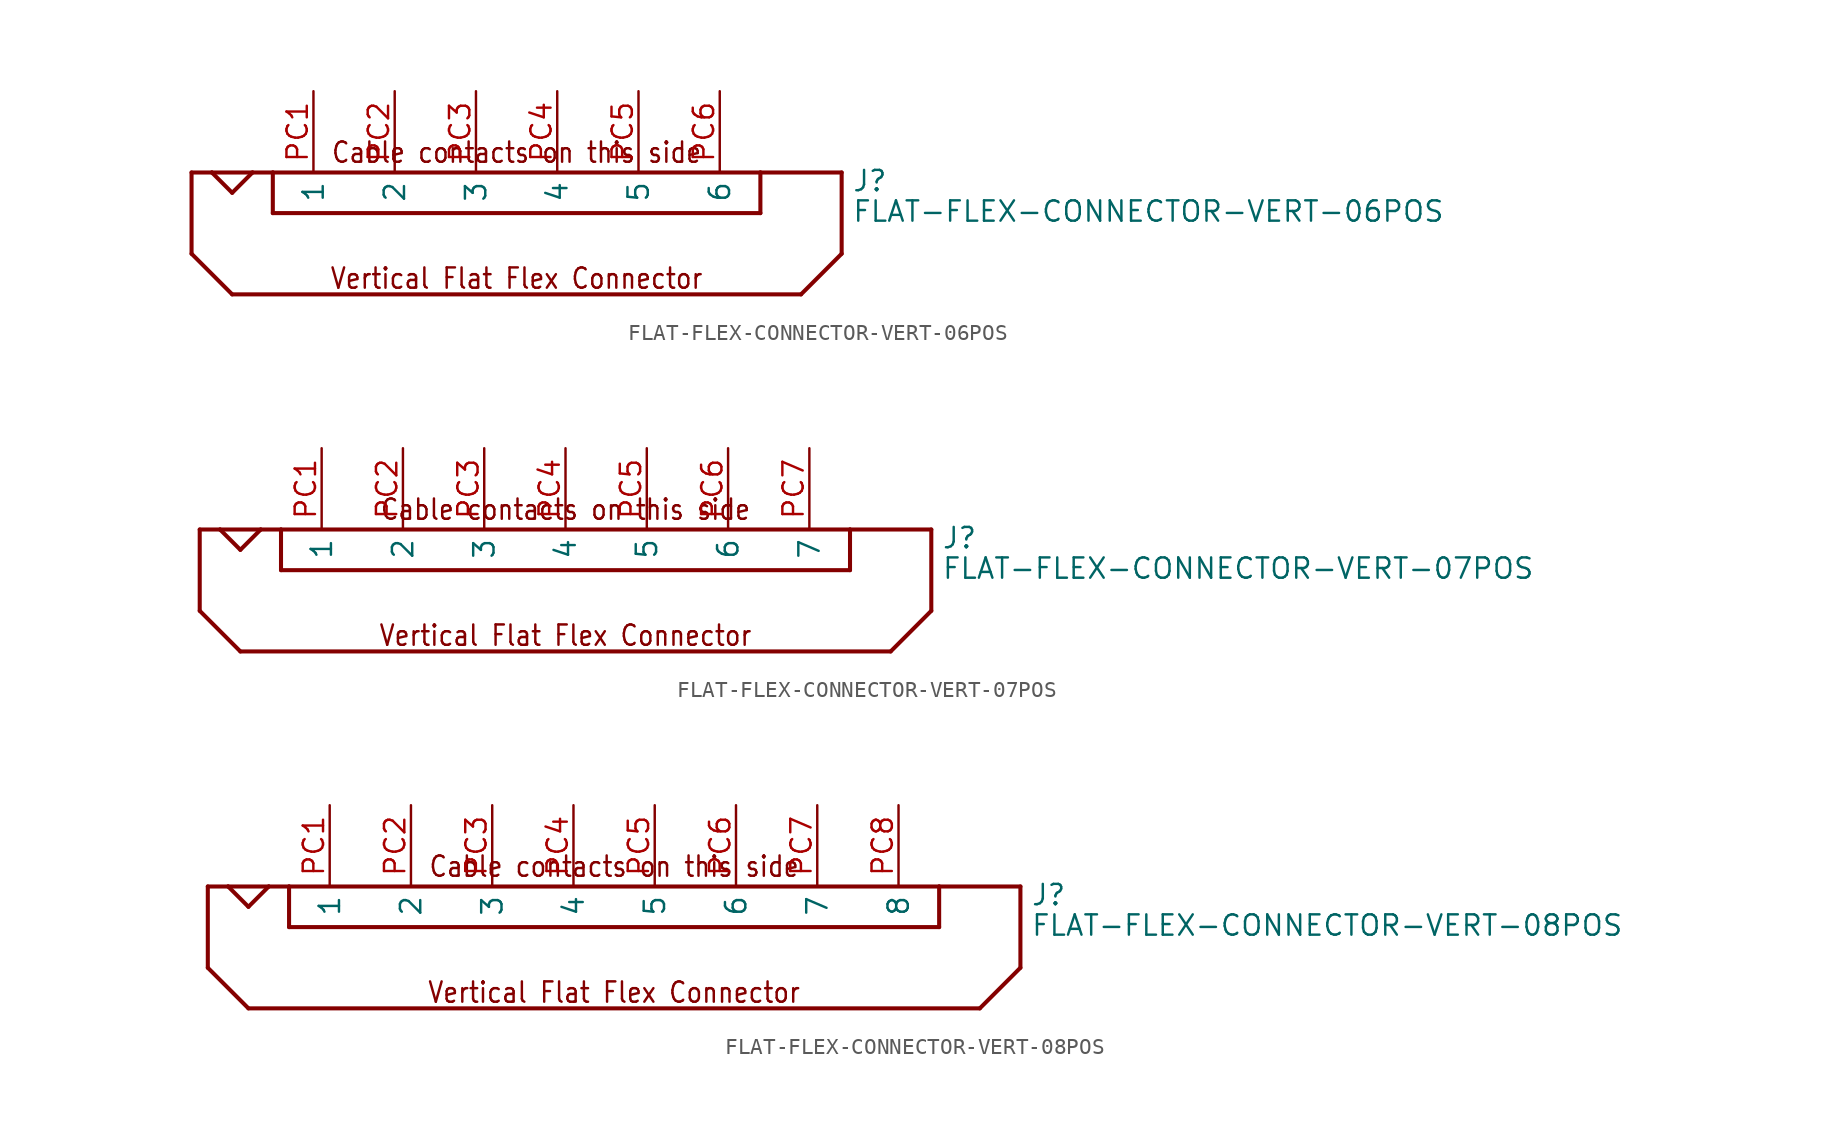
<source format=kicad_sym>
(kicad_symbol_lib
  (version 20211014)
  (generator kicad_symbol_editor)
  (symbol "FLAT-FLEX-CONNECTOR-VERT-06POS"
    (pin_names)
    (property "Reference" "J"
      (at 20.955 1.27 0)
      (effects (font (size 1.27 1.27)) (justify left bottom)))
    (property "Value" "FLAT-FLEX-CONNECTOR-VERT-06POS"
      (at 20.955 -0.635 0)
      (effects (font (size 1.27 1.27)) (justify left bottom)))
    (property "Datasheet" ""
      (at 0 0 0))
    (property "ki_description" "FLAT-FLEX-CONNECTOR-VERT-06POS  - Flat Flex Connector 6 position Vertical Technical Specifications: Number of Positions: 6 Contact: One Side Mount: Vertical "
      (at 0 0 0))
    (property "ki_fp_filters" "FlashPCB_Connectors:FLAT-FLEX-CONNECTOR-MOLEX-52610-VERT-06POS"
      (at 0 0 0))
    (symbol "FLAT-FLEX-CONNECTOR-VERT-06POS_1_1"
      (text "Cable contacts on this side" (at 0 3.048 0) (effects (font (size 1.27 1.086)) (justify bottom)))
      (text "Vertical Flat Flex Connector" (at 0 -4.826 0) (effects (font (size 1.27 1.086)) (justify bottom)))
      (polyline (pts (xy -20.32 2.54) (xy -20.32 -2.54)) (stroke (width 0.254)) (fill (type none)))
      (polyline (pts (xy -20.32 -2.54) (xy -17.78 -5.08)) (stroke (width 0.254)) (fill (type none)))
      (polyline (pts (xy -17.78 -5.08) (xy 17.78 -5.08)) (stroke (width 0.254)) (fill (type none)))
      (polyline (pts (xy 17.78 -5.08) (xy 20.32 -2.54)) (stroke (width 0.254)) (fill (type none)))
      (polyline (pts (xy 20.32 -2.54) (xy 20.32 2.54)) (stroke (width 0.254)) (fill (type none)))
      (polyline (pts (xy 20.32 2.54) (xy 15.24 2.54)) (stroke (width 0.254)) (fill (type none)))
      (polyline (pts (xy 15.24 2.54) (xy 15.24 0)) (stroke (width 0.254)) (fill (type none)))
      (polyline (pts (xy 15.24 0) (xy -15.24 0)) (stroke (width 0.254)) (fill (type none)))
      (polyline (pts (xy -15.24 0) (xy -15.24 2.54)) (stroke (width 0.254)) (fill (type none)))
      (polyline (pts (xy -15.24 2.54) (xy -16.51 2.54)) (stroke (width 0.254)) (fill (type none)))
      (polyline (pts (xy -16.51 2.54) (xy -19.05 2.54)) (stroke (width 0.254)) (fill (type none)))
      (polyline (pts (xy -19.05 2.54) (xy -20.32 2.54)) (stroke (width 0.254)) (fill (type none)))
      (polyline (pts (xy -15.24 2.54) (xy 15.24 2.54)) (stroke (width 0.254)) (fill (type none)))
      (polyline (pts (xy -19.05 2.54) (xy -17.78 1.27)) (stroke (width 0.254)) (fill (type none)))
      (polyline (pts (xy -17.78 1.27) (xy -16.51 2.54)) (stroke (width 0.254)) (fill (type none)))
      (pin bidirectional line (at -12.7 7.62 270) (length 5.08) (name "1" (effects (font (size 1.27 1.27)))) (number "PC1" (effects (font (size 1.27 1.27)))))
      (pin bidirectional line (at -12.7 7.62 270) (length 5.08) hide (name "1" (effects (font (size 1.27 1.27)))) (number "PS1" (effects (font (size 1.27 1.27)))))
      (pin bidirectional line (at -7.62 7.62 270) (length 5.08) (name "2" (effects (font (size 1.27 1.27)))) (number "PC2" (effects (font (size 1.27 1.27)))))
      (pin bidirectional line (at -7.62 7.62 270) (length 5.08) hide (name "2" (effects (font (size 1.27 1.27)))) (number "PS2" (effects (font (size 1.27 1.27)))))
      (pin bidirectional line (at -2.54 7.62 270) (length 5.08) (name "3" (effects (font (size 1.27 1.27)))) (number "PC3" (effects (font (size 1.27 1.27)))))
      (pin bidirectional line (at -2.54 7.62 270) (length 5.08) hide (name "3" (effects (font (size 1.27 1.27)))) (number "PS3" (effects (font (size 1.27 1.27)))))
      (pin bidirectional line (at 2.54 7.62 270) (length 5.08) (name "4" (effects (font (size 1.27 1.27)))) (number "PC4" (effects (font (size 1.27 1.27)))))
      (pin bidirectional line (at 2.54 7.62 270) (length 5.08) hide (name "4" (effects (font (size 1.27 1.27)))) (number "PS4" (effects (font (size 1.27 1.27)))))
      (pin bidirectional line (at 7.62 7.62 270) (length 5.08) (name "5" (effects (font (size 1.27 1.27)))) (number "PC5" (effects (font (size 1.27 1.27)))))
      (pin bidirectional line (at 7.62 7.62 270) (length 5.08) hide (name "5" (effects (font (size 1.27 1.27)))) (number "PS5" (effects (font (size 1.27 1.27)))))
      (pin bidirectional line (at 12.7 7.62 270) (length 5.08) (name "6" (effects (font (size 1.27 1.27)))) (number "PC6" (effects (font (size 1.27 1.27)))))
      (pin bidirectional line (at 12.7 7.62 270) (length 5.08) hide (name "6" (effects (font (size 1.27 1.27)))) (number "PS6" (effects (font (size 1.27 1.27)))))))
  (symbol "FLAT-FLEX-CONNECTOR-VERT-07POS"
    (pin_names)
    (property "Reference" "J"
      (at 23.495 1.27 0)
      (effects (font (size 1.27 1.27)) (justify left bottom)))
    (property "Value" "FLAT-FLEX-CONNECTOR-VERT-07POS"
      (at 23.495 -0.635 0)
      (effects (font (size 1.27 1.27)) (justify left bottom)))
    (property "Datasheet" ""
      (at 0 0 0))
    (property "ki_description" "FLAT-FLEX-CONNECTOR-VERT-07POS  - Flat Flex Connector 7 position Vertical Technical Specifications: Number of Positions: 7 Contact: One Side Mount: Vertical "
      (at 0 0 0))
    (property "ki_fp_filters" "FlashPCB_Connectors:FLAT-FLEX-CONNECTOR-MOLEX-52610-VERT-07POS"
      (at 0 0 0))
    (symbol "FLAT-FLEX-CONNECTOR-VERT-07POS_1_1"
      (text "Cable contacts on this side" (at 0 3.048 0) (effects (font (size 1.27 1.086)) (justify bottom)))
      (text "Vertical Flat Flex Connector" (at 0 -4.826 0) (effects (font (size 1.27 1.086)) (justify bottom)))
      (polyline (pts (xy -22.86 2.54) (xy -22.86 -2.54)) (stroke (width 0.254)) (fill (type none)))
      (polyline (pts (xy -22.86 -2.54) (xy -20.32 -5.08)) (stroke (width 0.254)) (fill (type none)))
      (polyline (pts (xy -20.32 -5.08) (xy 20.32 -5.08)) (stroke (width 0.254)) (fill (type none)))
      (polyline (pts (xy 20.32 -5.08) (xy 22.86 -2.54)) (stroke (width 0.254)) (fill (type none)))
      (polyline (pts (xy 22.86 -2.54) (xy 22.86 2.54)) (stroke (width 0.254)) (fill (type none)))
      (polyline (pts (xy 22.86 2.54) (xy 17.78 2.54)) (stroke (width 0.254)) (fill (type none)))
      (polyline (pts (xy 17.78 2.54) (xy 17.78 0)) (stroke (width 0.254)) (fill (type none)))
      (polyline (pts (xy 17.78 0) (xy -17.78 0)) (stroke (width 0.254)) (fill (type none)))
      (polyline (pts (xy -17.78 0) (xy -17.78 2.54)) (stroke (width 0.254)) (fill (type none)))
      (polyline (pts (xy -17.78 2.54) (xy -19.05 2.54)) (stroke (width 0.254)) (fill (type none)))
      (polyline (pts (xy -19.05 2.54) (xy -21.59 2.54)) (stroke (width 0.254)) (fill (type none)))
      (polyline (pts (xy -21.59 2.54) (xy -22.86 2.54)) (stroke (width 0.254)) (fill (type none)))
      (polyline (pts (xy -17.78 2.54) (xy 17.78 2.54)) (stroke (width 0.254)) (fill (type none)))
      (polyline (pts (xy -21.59 2.54) (xy -20.32 1.27)) (stroke (width 0.254)) (fill (type none)))
      (polyline (pts (xy -20.32 1.27) (xy -19.05 2.54)) (stroke (width 0.254)) (fill (type none)))
      (pin bidirectional line (at -15.24 7.62 270) (length 5.08) (name "1" (effects (font (size 1.27 1.27)))) (number "PC1" (effects (font (size 1.27 1.27)))))
      (pin bidirectional line (at -15.24 7.62 270) (length 5.08) hide (name "1" (effects (font (size 1.27 1.27)))) (number "PS1" (effects (font (size 1.27 1.27)))))
      (pin bidirectional line (at -10.16 7.62 270) (length 5.08) (name "2" (effects (font (size 1.27 1.27)))) (number "PC2" (effects (font (size 1.27 1.27)))))
      (pin bidirectional line (at -10.16 7.62 270) (length 5.08) hide (name "2" (effects (font (size 1.27 1.27)))) (number "PS2" (effects (font (size 1.27 1.27)))))
      (pin bidirectional line (at -5.08 7.62 270) (length 5.08) (name "3" (effects (font (size 1.27 1.27)))) (number "PC3" (effects (font (size 1.27 1.27)))))
      (pin bidirectional line (at -5.08 7.62 270) (length 5.08) hide (name "3" (effects (font (size 1.27 1.27)))) (number "PS3" (effects (font (size 1.27 1.27)))))
      (pin bidirectional line (at 0 7.62 270) (length 5.08) (name "4" (effects (font (size 1.27 1.27)))) (number "PC4" (effects (font (size 1.27 1.27)))))
      (pin bidirectional line (at 0 7.62 270) (length 5.08) hide (name "4" (effects (font (size 1.27 1.27)))) (number "PS4" (effects (font (size 1.27 1.27)))))
      (pin bidirectional line (at 5.08 7.62 270) (length 5.08) (name "5" (effects (font (size 1.27 1.27)))) (number "PC5" (effects (font (size 1.27 1.27)))))
      (pin bidirectional line (at 5.08 7.62 270) (length 5.08) hide (name "5" (effects (font (size 1.27 1.27)))) (number "PS5" (effects (font (size 1.27 1.27)))))
      (pin bidirectional line (at 10.16 7.62 270) (length 5.08) (name "6" (effects (font (size 1.27 1.27)))) (number "PC6" (effects (font (size 1.27 1.27)))))
      (pin bidirectional line (at 10.16 7.62 270) (length 5.08) hide (name "6" (effects (font (size 1.27 1.27)))) (number "PS6" (effects (font (size 1.27 1.27)))))
      (pin bidirectional line (at 15.24 7.62 270) (length 5.08) (name "7" (effects (font (size 1.27 1.27)))) (number "PC7" (effects (font (size 1.27 1.27)))))
      (pin bidirectional line (at 15.24 7.62 270) (length 5.08) hide (name "7" (effects (font (size 1.27 1.27)))) (number "PS7" (effects (font (size 1.27 1.27)))))))
  (symbol "FLAT-FLEX-CONNECTOR-VERT-08POS"
    (pin_names)
    (property "Reference" "J"
      (at 26.035 1.27 0)
      (effects (font (size 1.27 1.27)) (justify left bottom)))
    (property "Value" "FLAT-FLEX-CONNECTOR-VERT-08POS"
      (at 26.035 -0.635 0)
      (effects (font (size 1.27 1.27)) (justify left bottom)))
    (property "Datasheet" ""
      (at 0 0 0))
    (property "ki_description" "FLAT-FLEX-CONNECTOR-VERT-08POS  - Flat Flex Connector 8 position Vertical Technical Specifications: Number of Positions: 8 Contact: One Side Mount: Vertical "
      (at 0 0 0))
    (property "ki_fp_filters" "FlashPCB_Connectors:FLAT-FLEX-CONNECTOR-MOLEX-52610-VERT-08POS"
      (at 0 0 0))
    (symbol "FLAT-FLEX-CONNECTOR-VERT-08POS_1_1"
      (text "Cable contacts on this side" (at 0 3.048 0) (effects (font (size 1.27 1.086)) (justify bottom)))
      (text "Vertical Flat Flex Connector" (at 0 -4.826 0) (effects (font (size 1.27 1.086)) (justify bottom)))
      (polyline (pts (xy -25.4 2.54) (xy -25.4 -2.54)) (stroke (width 0.254)) (fill (type none)))
      (polyline (pts (xy -25.4 -2.54) (xy -22.86 -5.08)) (stroke (width 0.254)) (fill (type none)))
      (polyline (pts (xy -22.86 -5.08) (xy 22.86 -5.08)) (stroke (width 0.254)) (fill (type none)))
      (polyline (pts (xy 22.86 -5.08) (xy 25.4 -2.54)) (stroke (width 0.254)) (fill (type none)))
      (polyline (pts (xy 25.4 -2.54) (xy 25.4 2.54)) (stroke (width 0.254)) (fill (type none)))
      (polyline (pts (xy 25.4 2.54) (xy 20.32 2.54)) (stroke (width 0.254)) (fill (type none)))
      (polyline (pts (xy 20.32 2.54) (xy 20.32 0)) (stroke (width 0.254)) (fill (type none)))
      (polyline (pts (xy 20.32 0) (xy -20.32 0)) (stroke (width 0.254)) (fill (type none)))
      (polyline (pts (xy -20.32 0) (xy -20.32 2.54)) (stroke (width 0.254)) (fill (type none)))
      (polyline (pts (xy -20.32 2.54) (xy -21.59 2.54)) (stroke (width 0.254)) (fill (type none)))
      (polyline (pts (xy -21.59 2.54) (xy -24.13 2.54)) (stroke (width 0.254)) (fill (type none)))
      (polyline (pts (xy -24.13 2.54) (xy -25.4 2.54)) (stroke (width 0.254)) (fill (type none)))
      (polyline (pts (xy -20.32 2.54) (xy 20.32 2.54)) (stroke (width 0.254)) (fill (type none)))
      (polyline (pts (xy -24.13 2.54) (xy -22.86 1.27)) (stroke (width 0.254)) (fill (type none)))
      (polyline (pts (xy -22.86 1.27) (xy -21.59 2.54)) (stroke (width 0.254)) (fill (type none)))
      (pin bidirectional line (at -17.78 7.62 270) (length 5.08) (name "1" (effects (font (size 1.27 1.27)))) (number "PC1" (effects (font (size 1.27 1.27)))))
      (pin bidirectional line (at -17.78 7.62 270) (length 5.08) hide (name "1" (effects (font (size 1.27 1.27)))) (number "PS1" (effects (font (size 1.27 1.27)))))
      (pin bidirectional line (at -12.7 7.62 270) (length 5.08) (name "2" (effects (font (size 1.27 1.27)))) (number "PC2" (effects (font (size 1.27 1.27)))))
      (pin bidirectional line (at -12.7 7.62 270) (length 5.08) hide (name "2" (effects (font (size 1.27 1.27)))) (number "PS2" (effects (font (size 1.27 1.27)))))
      (pin bidirectional line (at -7.62 7.62 270) (length 5.08) (name "3" (effects (font (size 1.27 1.27)))) (number "PC3" (effects (font (size 1.27 1.27)))))
      (pin bidirectional line (at -7.62 7.62 270) (length 5.08) hide (name "3" (effects (font (size 1.27 1.27)))) (number "PS3" (effects (font (size 1.27 1.27)))))
      (pin bidirectional line (at -2.54 7.62 270) (length 5.08) (name "4" (effects (font (size 1.27 1.27)))) (number "PC4" (effects (font (size 1.27 1.27)))))
      (pin bidirectional line (at -2.54 7.62 270) (length 5.08) hide (name "4" (effects (font (size 1.27 1.27)))) (number "PS4" (effects (font (size 1.27 1.27)))))
      (pin bidirectional line (at 2.54 7.62 270) (length 5.08) (name "5" (effects (font (size 1.27 1.27)))) (number "PC5" (effects (font (size 1.27 1.27)))))
      (pin bidirectional line (at 2.54 7.62 270) (length 5.08) hide (name "5" (effects (font (size 1.27 1.27)))) (number "PS5" (effects (font (size 1.27 1.27)))))
      (pin bidirectional line (at 7.62 7.62 270) (length 5.08) (name "6" (effects (font (size 1.27 1.27)))) (number "PC6" (effects (font (size 1.27 1.27)))))
      (pin bidirectional line (at 7.62 7.62 270) (length 5.08) hide (name "6" (effects (font (size 1.27 1.27)))) (number "PS6" (effects (font (size 1.27 1.27)))))
      (pin bidirectional line (at 12.7 7.62 270) (length 5.08) (name "7" (effects (font (size 1.27 1.27)))) (number "PC7" (effects (font (size 1.27 1.27)))))
      (pin bidirectional line (at 12.7 7.62 270) (length 5.08) hide (name "7" (effects (font (size 1.27 1.27)))) (number "PS7" (effects (font (size 1.27 1.27)))))
      (pin bidirectional line (at 17.78 7.62 270) (length 5.08) (name "8" (effects (font (size 1.27 1.27)))) (number "PC8" (effects (font (size 1.27 1.27)))))
      (pin bidirectional line (at 17.78 7.62 270) (length 5.08) hide (name "8" (effects (font (size 1.27 1.27)))) (number "PS8" (effects (font (size 1.27 1.27))))))))
</source>
